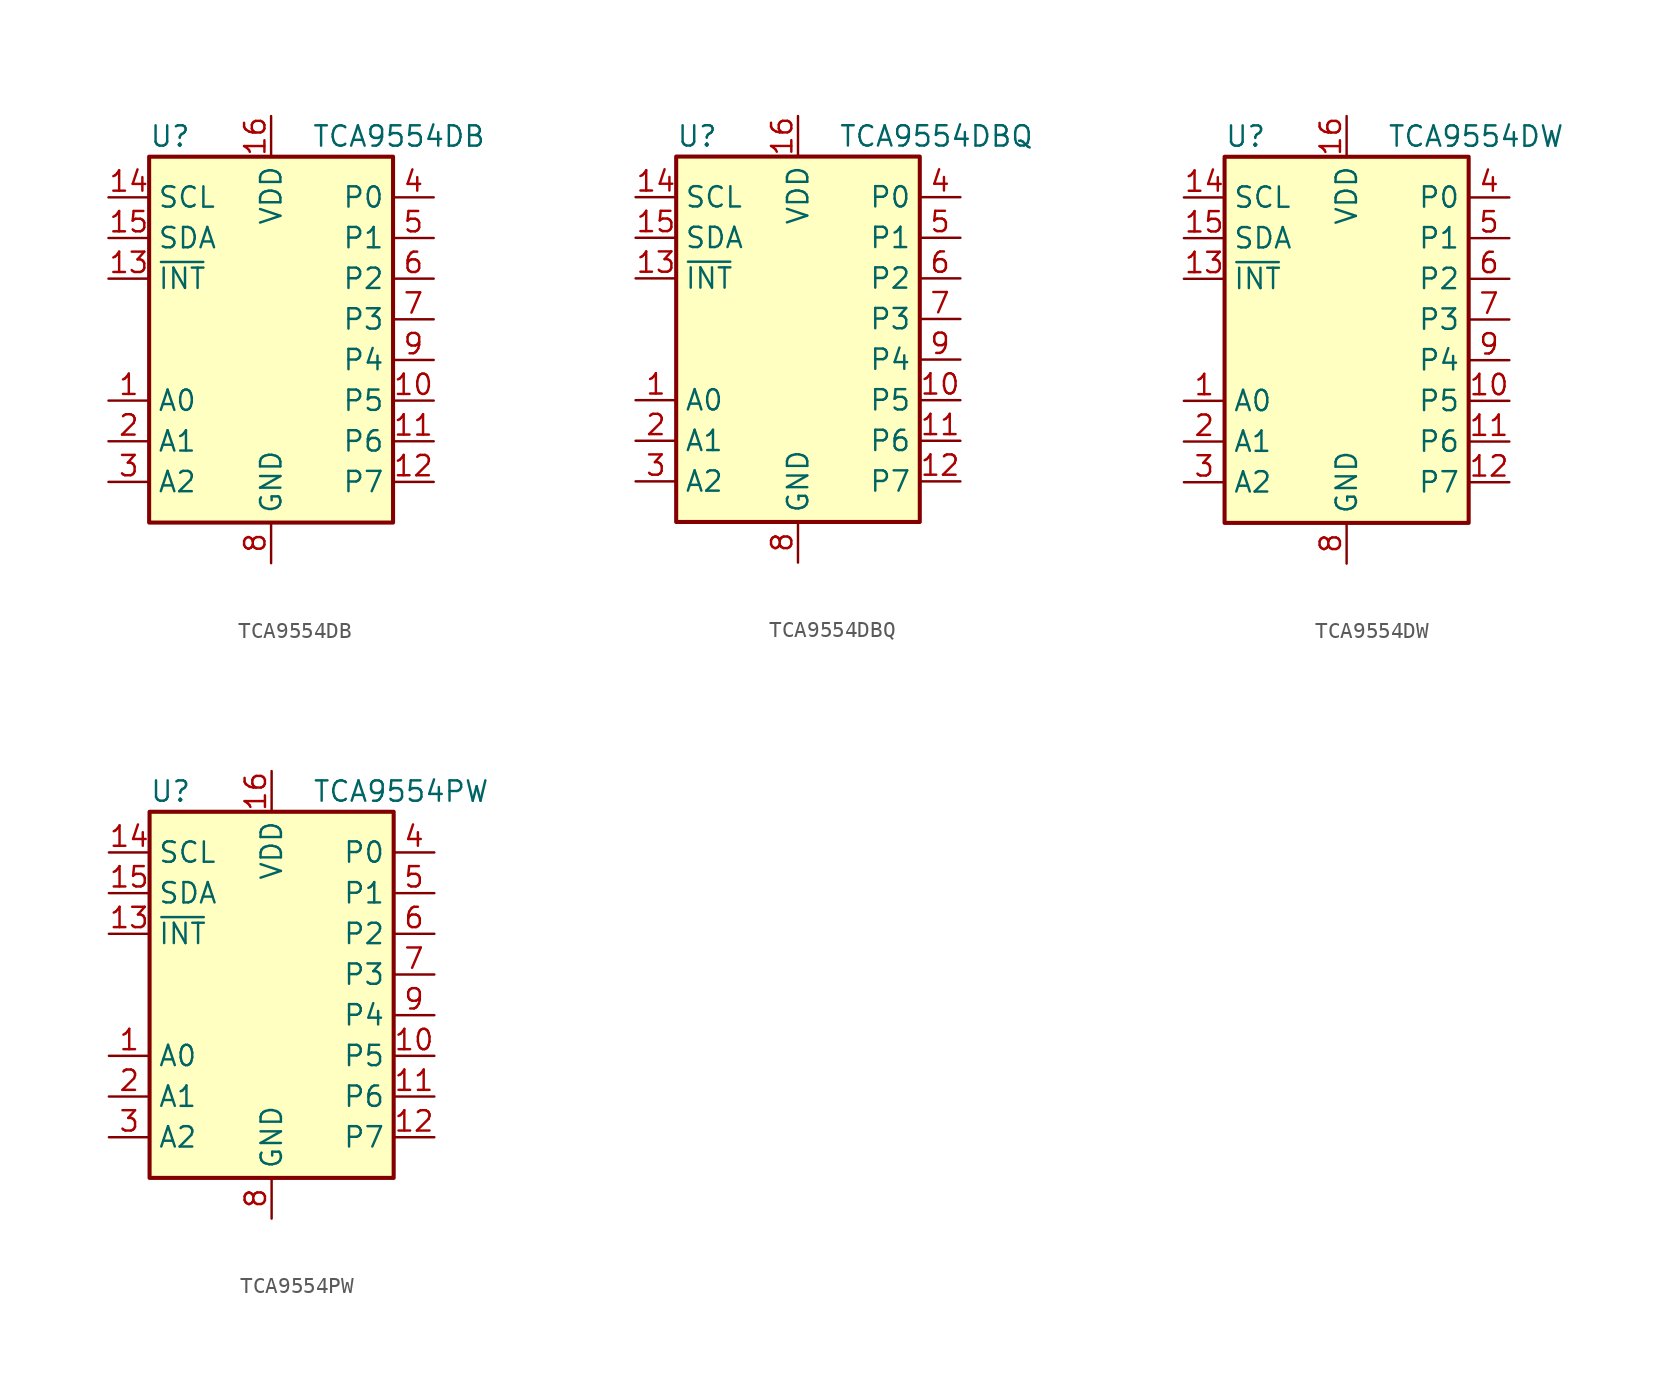
<source format=kicad_sym>
(kicad_symbol_lib
  (version 20201005)
  (generator kicad_symbol_editor)
  (symbol "Interface_Expansion:TCA9554DB"
    (property "Reference" "U"
      (at -7.62 11.43 0)
      (effects (font (size 1.27 1.27)) (justify left)))
    (property "Value" "TCA9554DB"
      (at 2.54 11.43 0)
      (effects (font (size 1.27 1.27)) (justify left)))
    (symbol "TCA9554DB_0_1"
      (rectangle (start -7.62 -12.7) (end 7.62 10.16) (stroke (width 0.254)) (fill (type background))))
    (symbol "TCA9554DB_1_1"
      (pin input line (at -10.16 -5.08 0) (length 2.54) (name "A0" (effects (font (size 1.27 1.27)))) (number "1" (effects (font (size 1.27 1.27)))))
      (pin bidirectional line (at 10.16 -5.08 180) (length 2.54) (name "P5" (effects (font (size 1.27 1.27)))) (number "10" (effects (font (size 1.27 1.27)))))
      (pin bidirectional line (at 10.16 -7.62 180) (length 2.54) (name "P6" (effects (font (size 1.27 1.27)))) (number "11" (effects (font (size 1.27 1.27)))))
      (pin bidirectional line (at 10.16 -10.16 180) (length 2.54) (name "P7" (effects (font (size 1.27 1.27)))) (number "12" (effects (font (size 1.27 1.27)))))
      (pin open_collector line (at -10.16 2.54 0) (length 2.54) (name "~INT~" (effects (font (size 1.27 1.27)))) (number "13" (effects (font (size 1.27 1.27)))))
      (pin input line (at -10.16 7.62 0) (length 2.54) (name "SCL" (effects (font (size 1.27 1.27)))) (number "14" (effects (font (size 1.27 1.27)))))
      (pin bidirectional line (at -10.16 5.08 0) (length 2.54) (name "SDA" (effects (font (size 1.27 1.27)))) (number "15" (effects (font (size 1.27 1.27)))))
      (pin power_in line (at 0 12.7 270) (length 2.54) (name "VDD" (effects (font (size 1.27 1.27)))) (number "16" (effects (font (size 1.27 1.27)))))
      (pin input line (at -10.16 -7.62 0) (length 2.54) (name "A1" (effects (font (size 1.27 1.27)))) (number "2" (effects (font (size 1.27 1.27)))))
      (pin input line (at -10.16 -10.16 0) (length 2.54) (name "A2" (effects (font (size 1.27 1.27)))) (number "3" (effects (font (size 1.27 1.27)))))
      (pin bidirectional line (at 10.16 7.62 180) (length 2.54) (name "P0" (effects (font (size 1.27 1.27)))) (number "4" (effects (font (size 1.27 1.27)))))
      (pin bidirectional line (at 10.16 5.08 180) (length 2.54) (name "P1" (effects (font (size 1.27 1.27)))) (number "5" (effects (font (size 1.27 1.27)))))
      (pin bidirectional line (at 10.16 2.54 180) (length 2.54) (name "P2" (effects (font (size 1.27 1.27)))) (number "6" (effects (font (size 1.27 1.27)))))
      (pin bidirectional line (at 10.16 0 180) (length 2.54) (name "P3" (effects (font (size 1.27 1.27)))) (number "7" (effects (font (size 1.27 1.27)))))
      (pin power_in line (at 0 -15.24 90) (length 2.54) (name "GND" (effects (font (size 1.27 1.27)))) (number "8" (effects (font (size 1.27 1.27)))))
      (pin bidirectional line (at 10.16 -2.54 180) (length 2.54) (name "P4" (effects (font (size 1.27 1.27)))) (number "9" (effects (font (size 1.27 1.27)))))))
  (symbol "Interface_Expansion:TCA9554DBQ"
    (property "Reference" "U"
      (at -7.62 11.43 0)
      (effects (font (size 1.27 1.27)) (justify left)))
    (property "Value" "TCA9554DBQ"
      (at 2.54 11.43 0)
      (effects (font (size 1.27 1.27)) (justify left)))
    (symbol "TCA9554DBQ_0_1"
      (rectangle (start -7.62 -12.7) (end 7.62 10.16) (stroke (width 0.254)) (fill (type background))))
    (symbol "TCA9554DBQ_1_1"
      (pin input line (at -10.16 -5.08 0) (length 2.54) (name "A0" (effects (font (size 1.27 1.27)))) (number "1" (effects (font (size 1.27 1.27)))))
      (pin bidirectional line (at 10.16 -5.08 180) (length 2.54) (name "P5" (effects (font (size 1.27 1.27)))) (number "10" (effects (font (size 1.27 1.27)))))
      (pin bidirectional line (at 10.16 -7.62 180) (length 2.54) (name "P6" (effects (font (size 1.27 1.27)))) (number "11" (effects (font (size 1.27 1.27)))))
      (pin bidirectional line (at 10.16 -10.16 180) (length 2.54) (name "P7" (effects (font (size 1.27 1.27)))) (number "12" (effects (font (size 1.27 1.27)))))
      (pin open_collector line (at -10.16 2.54 0) (length 2.54) (name "~INT~" (effects (font (size 1.27 1.27)))) (number "13" (effects (font (size 1.27 1.27)))))
      (pin input line (at -10.16 7.62 0) (length 2.54) (name "SCL" (effects (font (size 1.27 1.27)))) (number "14" (effects (font (size 1.27 1.27)))))
      (pin bidirectional line (at -10.16 5.08 0) (length 2.54) (name "SDA" (effects (font (size 1.27 1.27)))) (number "15" (effects (font (size 1.27 1.27)))))
      (pin power_in line (at 0 12.7 270) (length 2.54) (name "VDD" (effects (font (size 1.27 1.27)))) (number "16" (effects (font (size 1.27 1.27)))))
      (pin input line (at -10.16 -7.62 0) (length 2.54) (name "A1" (effects (font (size 1.27 1.27)))) (number "2" (effects (font (size 1.27 1.27)))))
      (pin input line (at -10.16 -10.16 0) (length 2.54) (name "A2" (effects (font (size 1.27 1.27)))) (number "3" (effects (font (size 1.27 1.27)))))
      (pin bidirectional line (at 10.16 7.62 180) (length 2.54) (name "P0" (effects (font (size 1.27 1.27)))) (number "4" (effects (font (size 1.27 1.27)))))
      (pin bidirectional line (at 10.16 5.08 180) (length 2.54) (name "P1" (effects (font (size 1.27 1.27)))) (number "5" (effects (font (size 1.27 1.27)))))
      (pin bidirectional line (at 10.16 2.54 180) (length 2.54) (name "P2" (effects (font (size 1.27 1.27)))) (number "6" (effects (font (size 1.27 1.27)))))
      (pin bidirectional line (at 10.16 0 180) (length 2.54) (name "P3" (effects (font (size 1.27 1.27)))) (number "7" (effects (font (size 1.27 1.27)))))
      (pin power_in line (at 0 -15.24 90) (length 2.54) (name "GND" (effects (font (size 1.27 1.27)))) (number "8" (effects (font (size 1.27 1.27)))))
      (pin bidirectional line (at 10.16 -2.54 180) (length 2.54) (name "P4" (effects (font (size 1.27 1.27)))) (number "9" (effects (font (size 1.27 1.27)))))))
  (symbol "Interface_Expansion:TCA9554DW"
    (property "Reference" "U"
      (at -7.62 11.43 0)
      (effects (font (size 1.27 1.27)) (justify left)))
    (property "Value" "TCA9554DW"
      (at 2.54 11.43 0)
      (effects (font (size 1.27 1.27)) (justify left)))
    (symbol "TCA9554DW_0_1"
      (rectangle (start -7.62 -12.7) (end 7.62 10.16) (stroke (width 0.254)) (fill (type background))))
    (symbol "TCA9554DW_1_1"
      (pin input line (at -10.16 -5.08 0) (length 2.54) (name "A0" (effects (font (size 1.27 1.27)))) (number "1" (effects (font (size 1.27 1.27)))))
      (pin bidirectional line (at 10.16 -5.08 180) (length 2.54) (name "P5" (effects (font (size 1.27 1.27)))) (number "10" (effects (font (size 1.27 1.27)))))
      (pin bidirectional line (at 10.16 -7.62 180) (length 2.54) (name "P6" (effects (font (size 1.27 1.27)))) (number "11" (effects (font (size 1.27 1.27)))))
      (pin bidirectional line (at 10.16 -10.16 180) (length 2.54) (name "P7" (effects (font (size 1.27 1.27)))) (number "12" (effects (font (size 1.27 1.27)))))
      (pin open_collector line (at -10.16 2.54 0) (length 2.54) (name "~INT~" (effects (font (size 1.27 1.27)))) (number "13" (effects (font (size 1.27 1.27)))))
      (pin input line (at -10.16 7.62 0) (length 2.54) (name "SCL" (effects (font (size 1.27 1.27)))) (number "14" (effects (font (size 1.27 1.27)))))
      (pin bidirectional line (at -10.16 5.08 0) (length 2.54) (name "SDA" (effects (font (size 1.27 1.27)))) (number "15" (effects (font (size 1.27 1.27)))))
      (pin power_in line (at 0 12.7 270) (length 2.54) (name "VDD" (effects (font (size 1.27 1.27)))) (number "16" (effects (font (size 1.27 1.27)))))
      (pin input line (at -10.16 -7.62 0) (length 2.54) (name "A1" (effects (font (size 1.27 1.27)))) (number "2" (effects (font (size 1.27 1.27)))))
      (pin input line (at -10.16 -10.16 0) (length 2.54) (name "A2" (effects (font (size 1.27 1.27)))) (number "3" (effects (font (size 1.27 1.27)))))
      (pin bidirectional line (at 10.16 7.62 180) (length 2.54) (name "P0" (effects (font (size 1.27 1.27)))) (number "4" (effects (font (size 1.27 1.27)))))
      (pin bidirectional line (at 10.16 5.08 180) (length 2.54) (name "P1" (effects (font (size 1.27 1.27)))) (number "5" (effects (font (size 1.27 1.27)))))
      (pin bidirectional line (at 10.16 2.54 180) (length 2.54) (name "P2" (effects (font (size 1.27 1.27)))) (number "6" (effects (font (size 1.27 1.27)))))
      (pin bidirectional line (at 10.16 0 180) (length 2.54) (name "P3" (effects (font (size 1.27 1.27)))) (number "7" (effects (font (size 1.27 1.27)))))
      (pin power_in line (at 0 -15.24 90) (length 2.54) (name "GND" (effects (font (size 1.27 1.27)))) (number "8" (effects (font (size 1.27 1.27)))))
      (pin bidirectional line (at 10.16 -2.54 180) (length 2.54) (name "P4" (effects (font (size 1.27 1.27)))) (number "9" (effects (font (size 1.27 1.27)))))))
  (symbol "Interface_Expansion:TCA9554PW"
    (property "Reference" "U"
      (at -7.62 11.43 0)
      (effects (font (size 1.27 1.27)) (justify left)))
    (property "Value" "TCA9554PW"
      (at 2.54 11.43 0)
      (effects (font (size 1.27 1.27)) (justify left)))
    (symbol "TCA9554PW_0_1"
      (rectangle (start -7.62 -12.7) (end 7.62 10.16) (stroke (width 0.254)) (fill (type background))))
    (symbol "TCA9554PW_1_1"
      (pin input line (at -10.16 -5.08 0) (length 2.54) (name "A0" (effects (font (size 1.27 1.27)))) (number "1" (effects (font (size 1.27 1.27)))))
      (pin bidirectional line (at 10.16 -5.08 180) (length 2.54) (name "P5" (effects (font (size 1.27 1.27)))) (number "10" (effects (font (size 1.27 1.27)))))
      (pin bidirectional line (at 10.16 -7.62 180) (length 2.54) (name "P6" (effects (font (size 1.27 1.27)))) (number "11" (effects (font (size 1.27 1.27)))))
      (pin bidirectional line (at 10.16 -10.16 180) (length 2.54) (name "P7" (effects (font (size 1.27 1.27)))) (number "12" (effects (font (size 1.27 1.27)))))
      (pin open_collector line (at -10.16 2.54 0) (length 2.54) (name "~INT~" (effects (font (size 1.27 1.27)))) (number "13" (effects (font (size 1.27 1.27)))))
      (pin input line (at -10.16 7.62 0) (length 2.54) (name "SCL" (effects (font (size 1.27 1.27)))) (number "14" (effects (font (size 1.27 1.27)))))
      (pin bidirectional line (at -10.16 5.08 0) (length 2.54) (name "SDA" (effects (font (size 1.27 1.27)))) (number "15" (effects (font (size 1.27 1.27)))))
      (pin power_in line (at 0 12.7 270) (length 2.54) (name "VDD" (effects (font (size 1.27 1.27)))) (number "16" (effects (font (size 1.27 1.27)))))
      (pin input line (at -10.16 -7.62 0) (length 2.54) (name "A1" (effects (font (size 1.27 1.27)))) (number "2" (effects (font (size 1.27 1.27)))))
      (pin input line (at -10.16 -10.16 0) (length 2.54) (name "A2" (effects (font (size 1.27 1.27)))) (number "3" (effects (font (size 1.27 1.27)))))
      (pin bidirectional line (at 10.16 7.62 180) (length 2.54) (name "P0" (effects (font (size 1.27 1.27)))) (number "4" (effects (font (size 1.27 1.27)))))
      (pin bidirectional line (at 10.16 5.08 180) (length 2.54) (name "P1" (effects (font (size 1.27 1.27)))) (number "5" (effects (font (size 1.27 1.27)))))
      (pin bidirectional line (at 10.16 2.54 180) (length 2.54) (name "P2" (effects (font (size 1.27 1.27)))) (number "6" (effects (font (size 1.27 1.27)))))
      (pin bidirectional line (at 10.16 0 180) (length 2.54) (name "P3" (effects (font (size 1.27 1.27)))) (number "7" (effects (font (size 1.27 1.27)))))
      (pin power_in line (at 0 -15.24 90) (length 2.54) (name "GND" (effects (font (size 1.27 1.27)))) (number "8" (effects (font (size 1.27 1.27)))))
      (pin bidirectional line (at 10.16 -2.54 180) (length 2.54) (name "P4" (effects (font (size 1.27 1.27)))) (number "9" (effects (font (size 1.27 1.27))))))))
</source>
